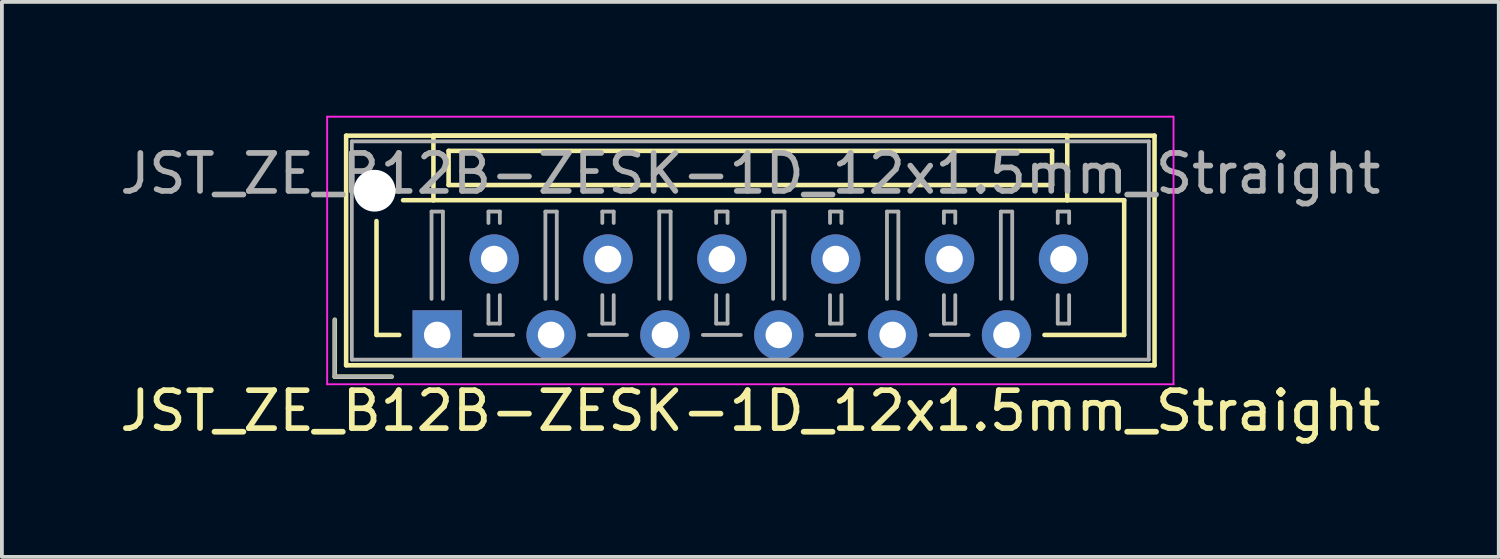
<source format=kicad_pcb>
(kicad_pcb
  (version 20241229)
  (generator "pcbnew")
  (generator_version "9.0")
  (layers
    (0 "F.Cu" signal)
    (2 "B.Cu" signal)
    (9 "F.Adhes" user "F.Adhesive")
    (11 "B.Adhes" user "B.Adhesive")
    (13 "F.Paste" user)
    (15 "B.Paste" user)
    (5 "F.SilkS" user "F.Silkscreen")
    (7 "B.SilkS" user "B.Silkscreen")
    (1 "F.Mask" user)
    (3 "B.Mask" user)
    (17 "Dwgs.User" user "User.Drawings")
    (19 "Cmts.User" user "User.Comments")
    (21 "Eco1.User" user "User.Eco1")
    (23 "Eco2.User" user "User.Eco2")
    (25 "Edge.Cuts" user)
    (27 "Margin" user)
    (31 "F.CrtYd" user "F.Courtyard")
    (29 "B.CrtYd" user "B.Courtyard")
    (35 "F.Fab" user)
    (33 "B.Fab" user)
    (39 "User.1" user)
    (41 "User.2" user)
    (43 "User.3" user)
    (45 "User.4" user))
  (footprint "JST_ZE_B12B-ZESK-1D_12x1.5mm_Straight"
    (layer "F.Cu")
    (at 8.47 5.775)
    (property "Reference" "JST_ZE_B12B-ZESK-1D_12x1.5mm_Straight" (at 8.25 2 0) (layer "F.SilkS") (effects (font (size 1 1) (thickness 0.15))))
    (attr through_hole)
    (fp_line (start -2.7 -0.4) (end -2.7 1.1) (stroke (width 0.12) (type solid)) (layer "F.SilkS"))
    (fp_line (start -2.7 1.1) (end -1.2 1.1) (stroke (width 0.12) (type solid)) (layer "F.SilkS"))
    (fp_line (start -2.4 -5.25) (end -2.4 0.8) (stroke (width 0.12) (type solid)) (layer "F.SilkS"))
    (fp_line (start -2.4 0.8) (end 18.9 0.8) (stroke (width 0.12) (type solid)) (layer "F.SilkS"))
    (fp_line (start -1.6 -3) (end -1.6 0) (stroke (width 0.12) (type solid)) (layer "F.SilkS"))
    (fp_line (start -1.6 0) (end -1 0) (stroke (width 0.12) (type solid)) (layer "F.SilkS"))
    (fp_line (start -0.1 -5.25) (end -0.1 -3.55) (stroke (width 0.12) (type solid)) (layer "F.SilkS"))
    (fp_line (start -0.1 -3.55) (end -0.9 -3.55) (stroke (width 0.12) (type solid)) (layer "F.SilkS"))
    (fp_line (start -0.1 -3.55) (end 16.6 -3.55) (stroke (width 0.12) (type solid)) (layer "F.SilkS"))
    (fp_line (start 0.3 -4.85) (end 0.3 -3.95) (stroke (width 0.12) (type solid)) (layer "F.SilkS"))
    (fp_line (start 0.3 -3.95) (end 16.2 -3.95) (stroke (width 0.12) (type solid)) (layer "F.SilkS"))
    (fp_line (start 16.2 -4.85) (end 0.3 -4.85) (stroke (width 0.12) (type solid)) (layer "F.SilkS"))
    (fp_line (start 16.2 -3.95) (end 16.2 -4.85) (stroke (width 0.12) (type solid)) (layer "F.SilkS"))
    (fp_line (start 16.6 -5.25) (end -0.1 -5.25) (stroke (width 0.12) (type solid)) (layer "F.SilkS"))
    (fp_line (start 16.6 -3.55) (end 16.6 -5.25) (stroke (width 0.12) (type solid)) (layer "F.SilkS"))
    (fp_line (start 16.6 -3.55) (end 18.1 -3.55) (stroke (width 0.12) (type solid)) (layer "F.SilkS"))
    (fp_line (start 18.1 -3.55) (end 18.1 0) (stroke (width 0.12) (type solid)) (layer "F.SilkS"))
    (fp_line (start 18.1 0) (end 16 0) (stroke (width 0.12) (type solid)) (layer "F.SilkS"))
    (fp_line (start 18.9 -5.25) (end -2.4 -5.25) (stroke (width 0.12) (type solid)) (layer "F.SilkS"))
    (fp_line (start 18.9 0.8) (end 18.9 -5.25) (stroke (width 0.12) (type solid)) (layer "F.SilkS"))
    (fp_line (start -2.9 -5.75) (end -2.9 1.3) (stroke (width 0.05) (type solid)) (layer "F.CrtYd"))
    (fp_line (start -2.9 1.3) (end 19.4 1.3) (stroke (width 0.05) (type solid)) (layer "F.CrtYd"))
    (fp_line (start 19.4 -5.75) (end -2.9 -5.75) (stroke (width 0.05) (type solid)) (layer "F.CrtYd"))
    (fp_line (start 19.4 1.3) (end 19.4 -5.75) (stroke (width 0.05) (type solid)) (layer "F.CrtYd"))
    (fp_line (start -2.7 -0.4) (end -2.7 1.1) (stroke (width 0.1) (type solid)) (layer "F.Fab"))
    (fp_line (start -2.7 1.1) (end -1.2 1.1) (stroke (width 0.1) (type solid)) (layer "F.Fab"))
    (fp_line (start -2.25 -5.1) (end -2.25 0.65) (stroke (width 0.1) (type solid)) (layer "F.Fab"))
    (fp_line (start -2.25 0.65) (end 18.75 0.65) (stroke (width 0.1) (type solid)) (layer "F.Fab"))
    (fp_line (start -0.15 -3.25) (end 0.15 -3.25) (stroke (width 0.1) (type solid)) (layer "F.Fab"))
    (fp_line (start -0.15 -0.95) (end -0.15 -3.25) (stroke (width 0.1) (type solid)) (layer "F.Fab"))
    (fp_line (start 0.15 -3.25) (end 0.15 -0.95) (stroke (width 0.1) (type solid)) (layer "F.Fab"))
    (fp_line (start 1 0) (end 2 0) (stroke (width 0.1) (type solid)) (layer "F.Fab"))
    (fp_line (start 1.35 -3.25) (end 1.65 -3.25) (stroke (width 0.1) (type solid)) (layer "F.Fab"))
    (fp_line (start 1.35 -2.95) (end 1.35 -3.25) (stroke (width 0.1) (type solid)) (layer "F.Fab"))
    (fp_line (start 1.35 -1.05) (end 1.35 -0.3) (stroke (width 0.1) (type solid)) (layer "F.Fab"))
    (fp_line (start 1.35 -0.3) (end 1.65 -0.3) (stroke (width 0.1) (type solid)) (layer "F.Fab"))
    (fp_line (start 1.65 -3.25) (end 1.65 -2.95) (stroke (width 0.1) (type solid)) (layer "F.Fab"))
    (fp_line (start 1.65 -0.3) (end 1.65 -1.05) (stroke (width 0.1) (type solid)) (layer "F.Fab"))
    (fp_line (start 2.85 -3.25) (end 3.15 -3.25) (stroke (width 0.1) (type solid)) (layer "F.Fab"))
    (fp_line (start 2.85 -0.95) (end 2.85 -3.25) (stroke (width 0.1) (type solid)) (layer "F.Fab"))
    (fp_line (start 3.15 -3.25) (end 3.15 -0.95) (stroke (width 0.1) (type solid)) (layer "F.Fab"))
    (fp_line (start 4 0) (end 5 0) (stroke (width 0.1) (type solid)) (layer "F.Fab"))
    (fp_line (start 4.35 -3.25) (end 4.65 -3.25) (stroke (width 0.1) (type solid)) (layer "F.Fab"))
    (fp_line (start 4.35 -2.95) (end 4.35 -3.25) (stroke (width 0.1) (type solid)) (layer "F.Fab"))
    (fp_line (start 4.35 -1.05) (end 4.35 -0.3) (stroke (width 0.1) (type solid)) (layer "F.Fab"))
    (fp_line (start 4.35 -0.3) (end 4.65 -0.3) (stroke (width 0.1) (type solid)) (layer "F.Fab"))
    (fp_line (start 4.65 -3.25) (end 4.65 -2.95) (stroke (width 0.1) (type solid)) (layer "F.Fab"))
    (fp_line (start 4.65 -0.3) (end 4.65 -1.05) (stroke (width 0.1) (type solid)) (layer "F.Fab"))
    (fp_line (start 5.85 -3.25) (end 6.15 -3.25) (stroke (width 0.1) (type solid)) (layer "F.Fab"))
    (fp_line (start 5.85 -0.95) (end 5.85 -3.25) (stroke (width 0.1) (type solid)) (layer "F.Fab"))
    (fp_line (start 6.15 -3.25) (end 6.15 -0.95) (stroke (width 0.1) (type solid)) (layer "F.Fab"))
    (fp_line (start 7 0) (end 8 0) (stroke (width 0.1) (type solid)) (layer "F.Fab"))
    (fp_line (start 7.35 -3.25) (end 7.65 -3.25) (stroke (width 0.1) (type solid)) (layer "F.Fab"))
    (fp_line (start 7.35 -2.95) (end 7.35 -3.25) (stroke (width 0.1) (type solid)) (layer "F.Fab"))
    (fp_line (start 7.35 -1.05) (end 7.35 -0.3) (stroke (width 0.1) (type solid)) (layer "F.Fab"))
    (fp_line (start 7.35 -0.3) (end 7.65 -0.3) (stroke (width 0.1) (type solid)) (layer "F.Fab"))
    (fp_line (start 7.65 -3.25) (end 7.65 -2.95) (stroke (width 0.1) (type solid)) (layer "F.Fab"))
    (fp_line (start 7.65 -0.3) (end 7.65 -1.05) (stroke (width 0.1) (type solid)) (layer "F.Fab"))
    (fp_line (start 8.85 -3.25) (end 9.15 -3.25) (stroke (width 0.1) (type solid)) (layer "F.Fab"))
    (fp_line (start 8.85 -0.95) (end 8.85 -3.25) (stroke (width 0.1) (type solid)) (layer "F.Fab"))
    (fp_line (start 9.15 -3.25) (end 9.15 -0.95) (stroke (width 0.1) (type solid)) (layer "F.Fab"))
    (fp_line (start 10 0) (end 11 0) (stroke (width 0.1) (type solid)) (layer "F.Fab"))
    (fp_line (start 10.35 -3.25) (end 10.65 -3.25) (stroke (width 0.1) (type solid)) (layer "F.Fab"))
    (fp_line (start 10.35 -2.95) (end 10.35 -3.25) (stroke (width 0.1) (type solid)) (layer "F.Fab"))
    (fp_line (start 10.35 -1.05) (end 10.35 -0.3) (stroke (width 0.1) (type solid)) (layer "F.Fab"))
    (fp_line (start 10.35 -0.3) (end 10.65 -0.3) (stroke (width 0.1) (type solid)) (layer "F.Fab"))
    (fp_line (start 10.65 -3.25) (end 10.65 -2.95) (stroke (width 0.1) (type solid)) (layer "F.Fab"))
    (fp_line (start 10.65 -0.3) (end 10.65 -1.05) (stroke (width 0.1) (type solid)) (layer "F.Fab"))
    (fp_line (start 11.85 -3.25) (end 12.15 -3.25) (stroke (width 0.1) (type solid)) (layer "F.Fab"))
    (fp_line (start 11.85 -0.95) (end 11.85 -3.25) (stroke (width 0.1) (type solid)) (layer "F.Fab"))
    (fp_line (start 12.15 -3.25) (end 12.15 -0.95) (stroke (width 0.1) (type solid)) (layer "F.Fab"))
    (fp_line (start 13 0) (end 14 0) (stroke (width 0.1) (type solid)) (layer "F.Fab"))
    (fp_line (start 13.35 -3.25) (end 13.65 -3.25) (stroke (width 0.1) (type solid)) (layer "F.Fab"))
    (fp_line (start 13.35 -2.95) (end 13.35 -3.25) (stroke (width 0.1) (type solid)) (layer "F.Fab"))
    (fp_line (start 13.35 -1.05) (end 13.35 -0.3) (stroke (width 0.1) (type solid)) (layer "F.Fab"))
    (fp_line (start 13.35 -0.3) (end 13.65 -0.3) (stroke (width 0.1) (type solid)) (layer "F.Fab"))
    (fp_line (start 13.65 -3.25) (end 13.65 -2.95) (stroke (width 0.1) (type solid)) (layer "F.Fab"))
    (fp_line (start 13.65 -0.3) (end 13.65 -1.05) (stroke (width 0.1) (type solid)) (layer "F.Fab"))
    (fp_line (start 14.85 -3.25) (end 15.15 -3.25) (stroke (width 0.1) (type solid)) (layer "F.Fab"))
    (fp_line (start 14.85 -0.95) (end 14.85 -3.25) (stroke (width 0.1) (type solid)) (layer "F.Fab"))
    (fp_line (start 15.15 -3.25) (end 15.15 -0.95) (stroke (width 0.1) (type solid)) (layer "F.Fab"))
    (fp_line (start 16.35 -3.25) (end 16.65 -3.25) (stroke (width 0.1) (type solid)) (layer "F.Fab"))
    (fp_line (start 16.35 -2.95) (end 16.35 -3.25) (stroke (width 0.1) (type solid)) (layer "F.Fab"))
    (fp_line (start 16.35 -1.05) (end 16.35 -0.3) (stroke (width 0.1) (type solid)) (layer "F.Fab"))
    (fp_line (start 16.35 -0.3) (end 16.65 -0.3) (stroke (width 0.1) (type solid)) (layer "F.Fab"))
    (fp_line (start 16.65 -3.25) (end 16.65 -2.95) (stroke (width 0.1) (type solid)) (layer "F.Fab"))
    (fp_line (start 16.65 -0.3) (end 16.65 -1.05) (stroke (width 0.1) (type solid)) (layer "F.Fab"))
    (fp_line (start 18.75 -5.1) (end -2.25 -5.1) (stroke (width 0.1) (type solid)) (layer "F.Fab"))
    (fp_line (start 18.75 0.65) (end 18.75 -5.1) (stroke (width 0.1) (type solid)) (layer "F.Fab"))
    (fp_text user "${REFERENCE}" (at 8.25 -4.25 0) (layer "F.Fab") (effects (font (size 1 1) (thickness 0.15))))
    (pad "" np_thru_hole circle (at -1.65 -3.8) (size 1.1 1.1) (drill 1.1) (layers "*.Cu"))
    (pad "1" thru_hole rect (at 0 0) (size 1.3 1.3) (drill 0.7) (layers "*.Cu" "*.Mask"))
    (pad "2" thru_hole circle (at 1.5 -2) (size 1.3 1.3) (drill 0.7) (layers "*.Cu" "*.Mask"))
    (pad "3" thru_hole circle (at 3 0) (size 1.3 1.3) (drill 0.7) (layers "*.Cu" "*.Mask"))
    (pad "4" thru_hole circle (at 4.5 -2) (size 1.3 1.3) (drill 0.7) (layers "*.Cu" "*.Mask"))
    (pad "5" thru_hole circle (at 6 0) (size 1.3 1.3) (drill 0.7) (layers "*.Cu" "*.Mask"))
    (pad "6" thru_hole circle (at 7.5 -2) (size 1.3 1.3) (drill 0.7) (layers "*.Cu" "*.Mask"))
    (pad "7" thru_hole circle (at 9 0) (size 1.3 1.3) (drill 0.7) (layers "*.Cu" "*.Mask"))
    (pad "8" thru_hole circle (at 10.5 -2) (size 1.3 1.3) (drill 0.7) (layers "*.Cu" "*.Mask"))
    (pad "9" thru_hole circle (at 12 0) (size 1.3 1.3) (drill 0.7) (layers "*.Cu" "*.Mask"))
    (pad "10" thru_hole circle (at 13.5 -2) (size 1.3 1.3) (drill 0.7) (layers "*.Cu" "*.Mask"))
    (pad "11" thru_hole circle (at 15 0) (size 1.3 1.3) (drill 0.7) (layers "*.Cu" "*.Mask"))
    (pad "12" thru_hole circle (at 16.5 -2) (size 1.3 1.3) (drill 0.7) (layers "*.Cu" "*.Mask")))
  (gr_rect
    (start -3 -3)
    (end 36.44 11.623)
    (stroke (width 0.1) (type default))
    (fill no)
    (layer "Edge.Cuts")))
</source>
